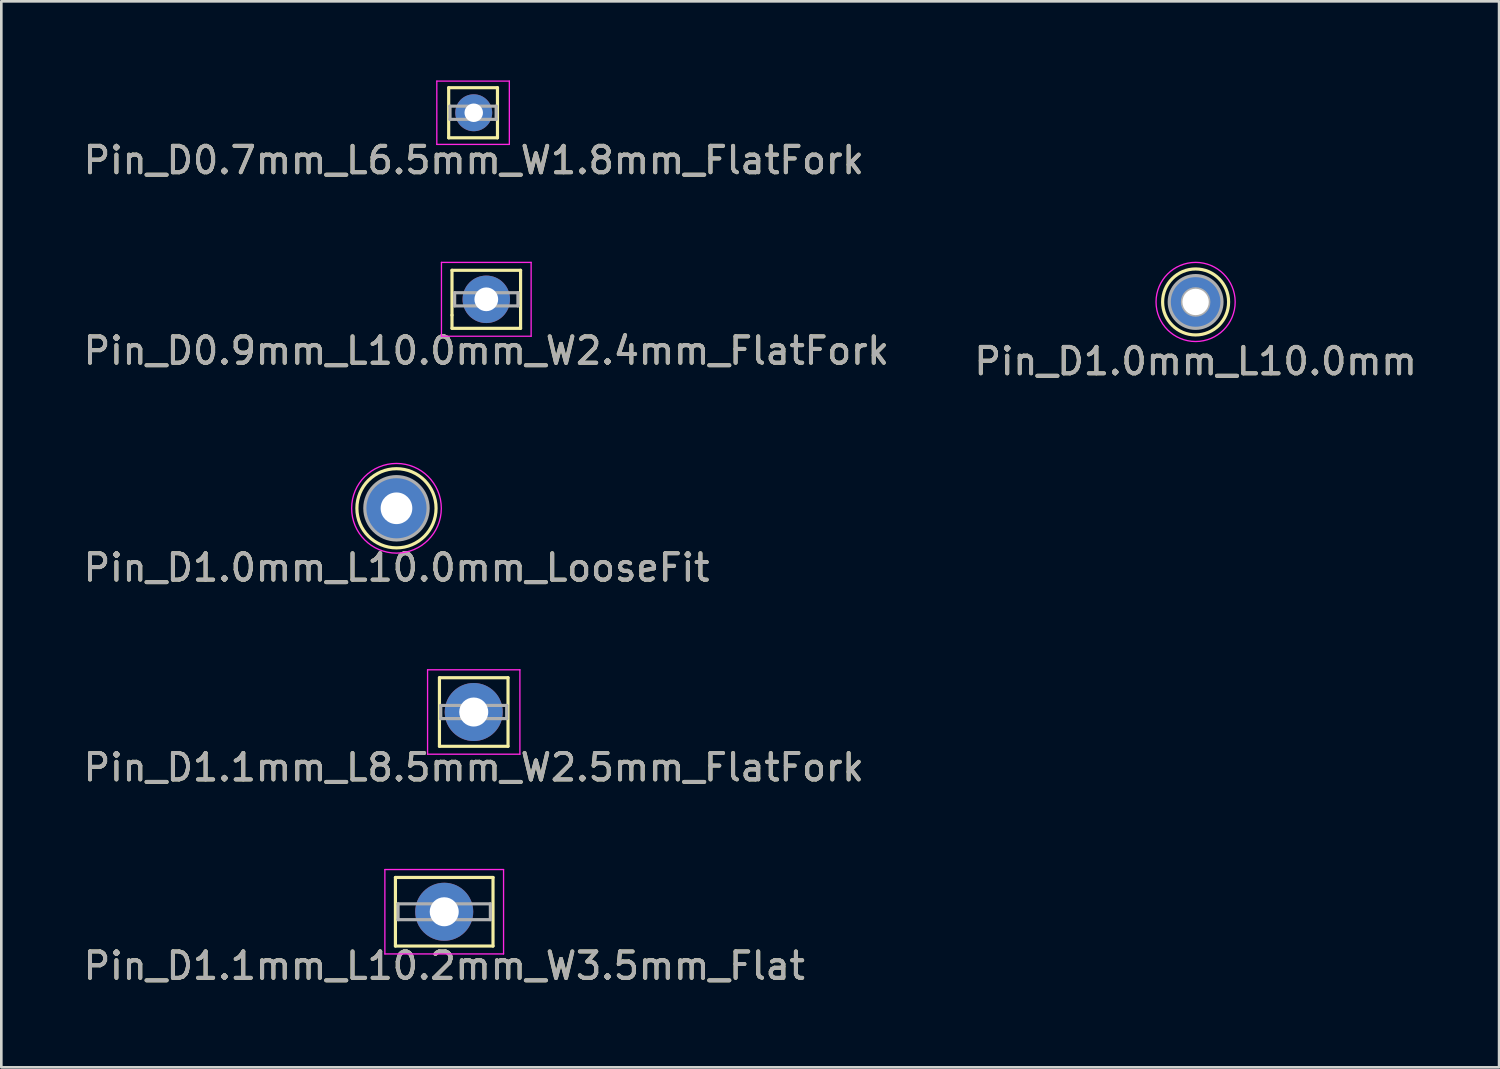
<source format=kicad_pcb>
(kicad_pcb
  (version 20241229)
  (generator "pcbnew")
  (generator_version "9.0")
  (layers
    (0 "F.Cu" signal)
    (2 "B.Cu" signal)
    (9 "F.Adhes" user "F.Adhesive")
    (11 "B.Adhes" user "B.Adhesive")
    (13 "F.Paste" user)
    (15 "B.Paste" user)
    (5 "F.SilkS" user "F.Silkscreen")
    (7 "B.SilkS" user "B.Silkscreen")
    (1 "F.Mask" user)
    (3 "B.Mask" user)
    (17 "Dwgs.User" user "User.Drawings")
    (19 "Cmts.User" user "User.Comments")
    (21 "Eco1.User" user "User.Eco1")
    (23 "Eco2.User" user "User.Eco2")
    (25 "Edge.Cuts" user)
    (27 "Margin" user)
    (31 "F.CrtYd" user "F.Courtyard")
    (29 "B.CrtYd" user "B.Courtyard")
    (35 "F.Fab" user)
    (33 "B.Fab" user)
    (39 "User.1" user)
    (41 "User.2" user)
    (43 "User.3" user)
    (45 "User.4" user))
  (footprint "Pin_D1.1mm_L10.2mm_W3.5mm_Flat"
    (layer "F.Cu")
    (at 13.792 31.518)
    (property "Reference" "Pin_D1.1mm_L10.2mm_W3.5mm_Flat" (at 0 2.05 0) (layer "F.SilkS") (effects (font (size 1 1) (thickness 0.15))))
    (attr through_hole)
    (fp_line (start -1.85 -1.3) (end -1.85 1.3) (stroke (width 0.12) (type solid)) (layer "F.SilkS"))
    (fp_line (start -1.85 -1.3) (end 1.85 -1.3) (stroke (width 0.12) (type solid)) (layer "F.SilkS"))
    (fp_line (start 1.85 -1.3) (end 1.85 1.3) (stroke (width 0.12) (type solid)) (layer "F.SilkS"))
    (fp_line (start 1.85 1.3) (end -1.85 1.3) (stroke (width 0.12) (type solid)) (layer "F.SilkS"))
    (fp_line (start -2.25 -1.6) (end -2.25 1.6) (stroke (width 0.05) (type solid)) (layer "F.CrtYd"))
    (fp_line (start -2.25 -1.6) (end 2.25 -1.6) (stroke (width 0.05) (type solid)) (layer "F.CrtYd"))
    (fp_line (start 2.25 1.6) (end -2.25 1.6) (stroke (width 0.05) (type solid)) (layer "F.CrtYd"))
    (fp_line (start 2.25 1.6) (end 2.25 -1.6) (stroke (width 0.05) (type solid)) (layer "F.CrtYd"))
    (fp_line (start -1.75 -0.3) (end 1.75 -0.3) (stroke (width 0.12) (type solid)) (layer "F.Fab"))
    (fp_line (start -1.75 0.3) (end -1.75 -0.3) (stroke (width 0.12) (type solid)) (layer "F.Fab"))
    (fp_line (start 1.75 -0.3) (end 1.75 0.3) (stroke (width 0.12) (type solid)) (layer "F.Fab"))
    (fp_line (start 1.75 0.3) (end -1.75 0.3) (stroke (width 0.12) (type solid)) (layer "F.Fab"))
    (fp_text user "${REFERENCE}" (at 0 2.05 0) (layer "F.Fab") (effects (font (size 1 1) (thickness 0.15))))
    (pad "1" thru_hole circle (at 0 0) (size 2.2 2.2) (drill 1.1) (layers "*.Cu" "*.Mask")))
  (footprint "Pin_D0.9mm_L10.0mm_W2.4mm_FlatFork"
    (layer "F.Cu")
    (at 15.387 8.298)
    (property "Reference" "Pin_D0.9mm_L10.0mm_W2.4mm_FlatFork" (at 0 1.95 0) (layer "F.SilkS") (effects (font (size 1 1) (thickness 0.15))))
    (attr through_hole)
    (fp_line (start -1.3 -1.1) (end -1.3 0.6) (stroke (width 0.12) (type solid)) (layer "F.SilkS"))
    (fp_line (start -1.3 0.6) (end -1.3 1.1) (stroke (width 0.12) (type solid)) (layer "F.SilkS"))
    (fp_line (start -1.3 1.1) (end 1.3 1.1) (stroke (width 0.12) (type solid)) (layer "F.SilkS"))
    (fp_line (start 1.3 -1.1) (end -1.3 -1.1) (stroke (width 0.12) (type solid)) (layer "F.SilkS"))
    (fp_line (start 1.3 1.1) (end 1.3 -1.1) (stroke (width 0.12) (type solid)) (layer "F.SilkS"))
    (fp_line (start -1.7 -1.4) (end -1.7 1.4) (stroke (width 0.05) (type solid)) (layer "F.CrtYd"))
    (fp_line (start -1.7 -1.4) (end 1.7 -1.4) (stroke (width 0.05) (type solid)) (layer "F.CrtYd"))
    (fp_line (start 1.7 1.4) (end -1.7 1.4) (stroke (width 0.05) (type solid)) (layer "F.CrtYd"))
    (fp_line (start 1.7 1.4) (end 1.7 -1.4) (stroke (width 0.05) (type solid)) (layer "F.CrtYd"))
    (fp_line (start -1.2 -0.25) (end -1.2 0.25) (stroke (width 0.12) (type solid)) (layer "F.Fab"))
    (fp_line (start -1.2 0.25) (end 1.2 0.25) (stroke (width 0.12) (type solid)) (layer "F.Fab"))
    (fp_line (start 1.2 -0.25) (end -1.2 -0.25) (stroke (width 0.12) (type solid)) (layer "F.Fab"))
    (fp_line (start 1.2 0.25) (end 1.2 -0.25) (stroke (width 0.12) (type solid)) (layer "F.Fab"))
    (fp_text user "${REFERENCE}" (at 0 1.95 0) (layer "F.Fab") (effects (font (size 1 1) (thickness 0.15))))
    (pad "1" thru_hole circle (at 0 0) (size 1.8 1.8) (drill 0.9) (layers "*.Cu" "*.Mask")))
  (footprint "Pin_D1.0mm_L10.0mm"
    (layer "F.Cu")
    (at 42.28 8.398)
    (property "Reference" "Pin_D1.0mm_L10.0mm" (at 0 2.25 0) (layer "F.SilkS") (effects (font (size 1 1) (thickness 0.15))))
    (attr through_hole)
    (fp_circle (center 0 0) (end 1.25 0.05) (stroke (width 0.12) (type solid)) (fill no) (layer "F.SilkS"))
    (fp_circle (center 0 0) (end 1.5 0) (stroke (width 0.05) (type solid)) (fill no) (layer "F.CrtYd"))
    (fp_circle (center 0 0) (end 0.5 0) (stroke (width 0.12) (type solid)) (fill no) (layer "F.Fab"))
    (fp_circle (center 0 0) (end 1 0) (stroke (width 0.12) (type solid)) (fill no) (layer "F.Fab"))
    (fp_text user "${REFERENCE}" (at 0 2.25 0) (layer "F.Fab") (effects (font (size 1 1) (thickness 0.15))))
    (pad "1" thru_hole circle (at 0 0) (size 2 2) (drill 1) (layers "*.Cu" "*.Mask")))
  (footprint "Pin_D1.0mm_L10.0mm_LooseFit"
    (layer "F.Cu")
    (at 11.982 16.221)
    (property "Reference" "Pin_D1.0mm_L10.0mm_LooseFit" (at 0 2.25 0) (layer "F.SilkS") (effects (font (size 1 1) (thickness 0.15))))
    (attr through_hole)
    (fp_circle (center 0 0) (end 1.5 0.05) (stroke (width 0.12) (type solid)) (fill no) (layer "F.SilkS"))
    (fp_circle (center 0 0) (end 1.7 0) (stroke (width 0.05) (type solid)) (fill no) (layer "F.CrtYd"))
    (fp_circle (center 0 0) (end 0.5 0) (stroke (width 0.12) (type solid)) (fill no) (layer "F.Fab"))
    (fp_circle (center 0 0) (end 1.2 0) (stroke (width 0.12) (type solid)) (fill no) (layer "F.Fab"))
    (fp_text user "${REFERENCE}" (at 0 2.25 0) (layer "F.Fab") (effects (font (size 1 1) (thickness 0.15))))
    (pad "1" thru_hole circle (at 0 0) (size 2.4 2.4) (drill 1.2) (layers "*.Cu" "*.Mask")))
  (footprint "Pin_D1.1mm_L8.5mm_W2.5mm_FlatFork"
    (layer "F.Cu")
    (at 14.911 23.945)
    (property "Reference" "Pin_D1.1mm_L8.5mm_W2.5mm_FlatFork" (at 0 2.1 0) (layer "F.SilkS") (effects (font (size 1 1) (thickness 0.15))))
    (attr through_hole)
    (fp_line (start -1.3 -1.3) (end 1.3 -1.3) (stroke (width 0.12) (type solid)) (layer "F.SilkS"))
    (fp_line (start -1.3 1.3) (end -1.3 -1.3) (stroke (width 0.12) (type solid)) (layer "F.SilkS"))
    (fp_line (start -1.3 1.3) (end 1.3 1.3) (stroke (width 0.12) (type solid)) (layer "F.SilkS"))
    (fp_line (start 1.3 -1.3) (end 1.3 1.3) (stroke (width 0.12) (type solid)) (layer "F.SilkS"))
    (fp_line (start -1.75 -1.6) (end -1.75 1.6) (stroke (width 0.05) (type solid)) (layer "F.CrtYd"))
    (fp_line (start -1.75 -1.6) (end 1.75 -1.6) (stroke (width 0.05) (type solid)) (layer "F.CrtYd"))
    (fp_line (start 1.75 1.6) (end -1.75 1.6) (stroke (width 0.05) (type solid)) (layer "F.CrtYd"))
    (fp_line (start 1.75 1.6) (end 1.75 -1.6) (stroke (width 0.05) (type solid)) (layer "F.CrtYd"))
    (fp_line (start -1.25 -0.25) (end -1.25 0.25) (stroke (width 0.12) (type solid)) (layer "F.Fab"))
    (fp_line (start -1.25 0.25) (end 1.25 0.25) (stroke (width 0.12) (type solid)) (layer "F.Fab"))
    (fp_line (start 1.25 -0.25) (end -1.25 -0.25) (stroke (width 0.12) (type solid)) (layer "F.Fab"))
    (fp_line (start 1.25 0.25) (end 1.25 -0.25) (stroke (width 0.12) (type solid)) (layer "F.Fab"))
    (fp_text user "${REFERENCE}" (at 0 2.1 0) (layer "F.Fab") (effects (font (size 1 1) (thickness 0.15))))
    (pad "1" thru_hole circle (at 0 0) (size 2.2 2.2) (drill 1.1) (layers "*.Cu" "*.Mask")))
  (footprint "Pin_D0.7mm_L6.5mm_W1.8mm_FlatFork"
    (layer "F.Cu")
    (at 14.911 1.225)
    (property "Reference" "Pin_D0.7mm_L6.5mm_W1.8mm_FlatFork" (at 0 1.8 0) (layer "F.SilkS") (effects (font (size 1 1) (thickness 0.15))))
    (attr through_hole)
    (fp_line (start -0.95 -0.95) (end -0.95 0.95) (stroke (width 0.12) (type solid)) (layer "F.SilkS"))
    (fp_line (start -0.95 0.95) (end 0.9 0.95) (stroke (width 0.12) (type solid)) (layer "F.SilkS"))
    (fp_line (start 0.9 -0.95) (end -0.95 -0.95) (stroke (width 0.12) (type solid)) (layer "F.SilkS"))
    (fp_line (start 0.9 -0.9) (end 0.9 -0.95) (stroke (width 0.12) (type solid)) (layer "F.SilkS"))
    (fp_line (start 0.9 0.95) (end 0.9 -0.9) (stroke (width 0.12) (type solid)) (layer "F.SilkS"))
    (fp_line (start -1.4 -1.2) (end -1.4 1.2) (stroke (width 0.05) (type solid)) (layer "F.CrtYd"))
    (fp_line (start -1.4 -1.2) (end 1.35 -1.2) (stroke (width 0.05) (type solid)) (layer "F.CrtYd"))
    (fp_line (start 1.35 1.2) (end -1.4 1.2) (stroke (width 0.05) (type solid)) (layer "F.CrtYd"))
    (fp_line (start 1.35 1.2) (end 1.35 -1.2) (stroke (width 0.05) (type solid)) (layer "F.CrtYd"))
    (fp_line (start -0.9 -0.25) (end 0.85 -0.25) (stroke (width 0.12) (type solid)) (layer "F.Fab"))
    (fp_line (start -0.9 0.25) (end -0.9 -0.25) (stroke (width 0.12) (type solid)) (layer "F.Fab"))
    (fp_line (start 0.85 -0.25) (end 0.85 0.25) (stroke (width 0.12) (type solid)) (layer "F.Fab"))
    (fp_line (start 0.85 0.25) (end -0.9 0.25) (stroke (width 0.12) (type solid)) (layer "F.Fab"))
    (fp_text user "${REFERENCE}" (at 0 1.8 0) (layer "F.Fab") (effects (font (size 1 1) (thickness 0.15))))
    (pad "1" thru_hole circle (at 0 0) (size 1.4 1.4) (drill 0.7) (layers "*.Cu" "*.Mask")))
  (gr_rect
    (start -3 -3)
    (end 53.786 37.416)
    (stroke (width 0.1) (type default))
    (fill no)
    (layer "Edge.Cuts")))
</source>
